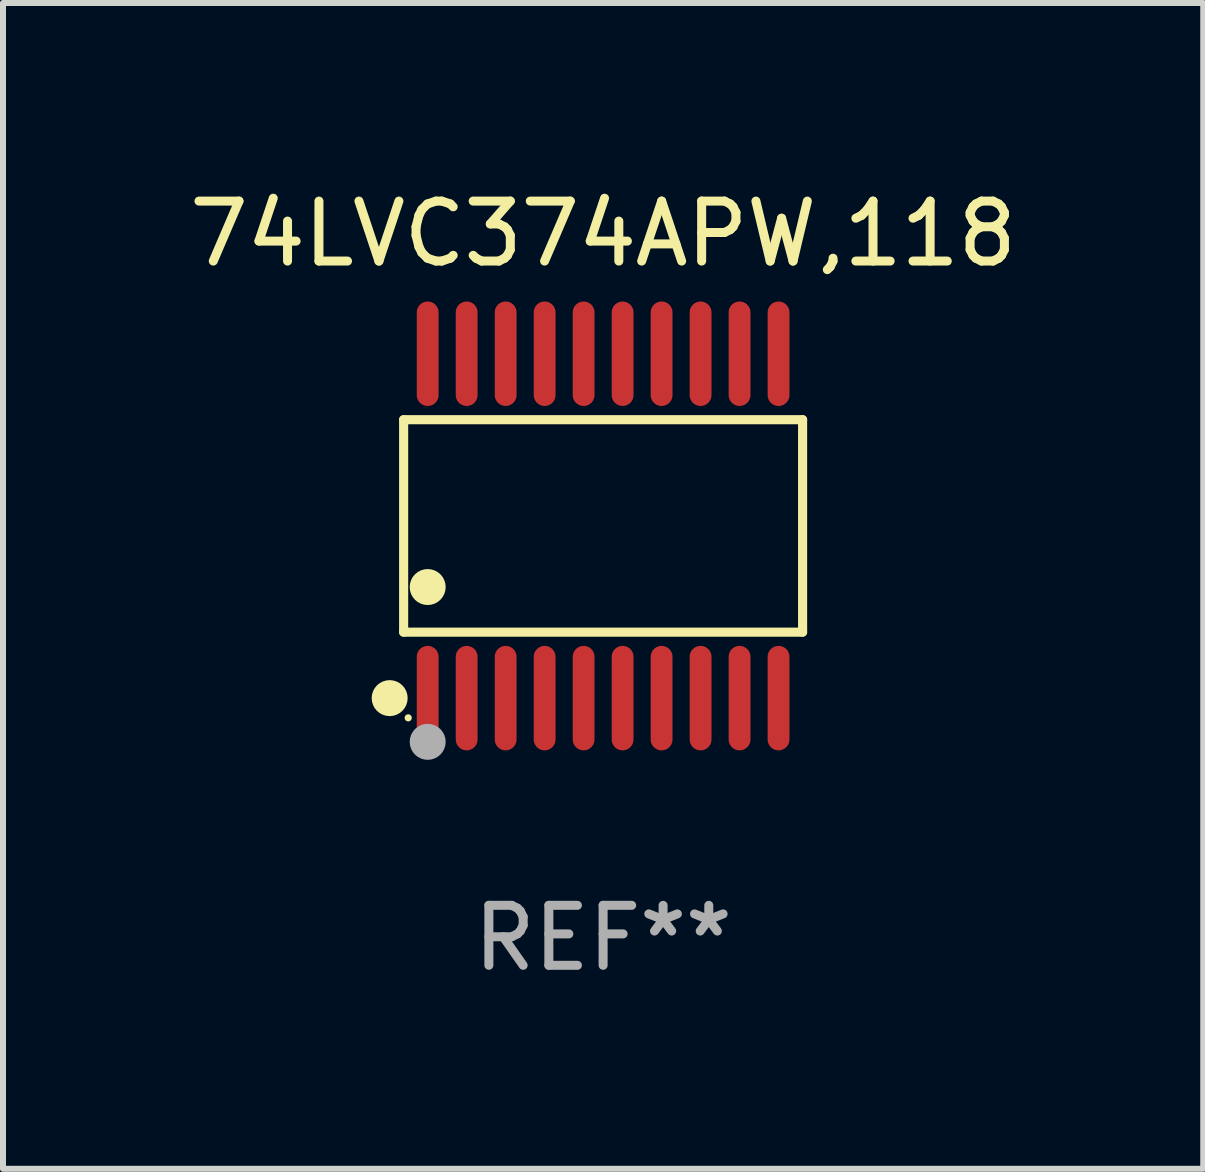
<source format=kicad_pcb>
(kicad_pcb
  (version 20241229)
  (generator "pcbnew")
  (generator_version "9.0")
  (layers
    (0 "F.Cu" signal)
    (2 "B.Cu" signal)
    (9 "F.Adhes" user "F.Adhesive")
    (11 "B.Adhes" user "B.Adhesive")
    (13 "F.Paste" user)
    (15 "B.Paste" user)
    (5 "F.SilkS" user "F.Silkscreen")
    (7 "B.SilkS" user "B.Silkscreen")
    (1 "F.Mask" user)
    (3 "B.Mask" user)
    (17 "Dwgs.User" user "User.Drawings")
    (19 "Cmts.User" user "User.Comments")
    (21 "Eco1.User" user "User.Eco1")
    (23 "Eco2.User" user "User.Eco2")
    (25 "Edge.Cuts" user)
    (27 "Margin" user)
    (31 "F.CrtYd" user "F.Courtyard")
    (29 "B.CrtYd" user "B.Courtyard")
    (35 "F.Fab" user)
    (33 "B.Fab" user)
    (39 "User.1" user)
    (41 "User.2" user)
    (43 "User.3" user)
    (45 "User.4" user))
  (footprint "74LVC374APW,118"
    (layer "F.Cu")
    (at 7.006 5.719)
    (property "Reference" "74LVC374APW,118" (at 0 -4.871 0) (layer "F.SilkS") (effects (font (size 1 1) (thickness 0.15))))
    (attr through_hole)
    (fp_line (start -3.326 -1.771) (end 3.326 -1.771) (stroke (width 0.152) (type solid)) (layer "F.SilkS"))
    (fp_line (start -3.326 1.771) (end -3.326 -1.771) (stroke (width 0.152) (type solid)) (layer "F.SilkS"))
    (fp_line (start 3.326 -1.771) (end 3.326 1.771) (stroke (width 0.152) (type solid)) (layer "F.SilkS"))
    (fp_line (start 3.326 1.771) (end -3.326 1.771) (stroke (width 0.152) (type solid)) (layer "F.SilkS"))
    (fp_circle (center -3.559 2.871) (end -3.409 2.871) (stroke (width 0.3) (type solid)) (fill no) (layer "F.SilkS"))
    (fp_circle (center -3.25 3.2) (end -3.22 3.2) (stroke (width 0.06) (type solid)) (fill no) (layer "F.SilkS"))
    (fp_circle (center -2.925 1.019) (end -2.775 1.019) (stroke (width 0.3) (type solid)) (fill no) (layer "F.SilkS"))
    (fp_circle (center -2.925 3.6) (end -2.775 3.6) (stroke (width 0.3) (type solid)) (fill no) (layer "F.Fab"))
    (fp_text user "REF**" (at 0 6.871 0) (layer "F.Fab") (effects (font (size 1 1) (thickness 0.15))))
    (pad "1" smd oval (at -2.925 2.871) (size 0.364 1.742) (layers "F.Cu" "F.Mask" "F.Paste"))
    (pad "2" smd oval (at -2.275 2.871) (size 0.364 1.742) (layers "F.Cu" "F.Mask" "F.Paste"))
    (pad "3" smd oval (at -1.625 2.871) (size 0.364 1.742) (layers "F.Cu" "F.Mask" "F.Paste"))
    (pad "4" smd oval (at -0.975 2.871) (size 0.364 1.742) (layers "F.Cu" "F.Mask" "F.Paste"))
    (pad "5" smd oval (at -0.325 2.871) (size 0.364 1.742) (layers "F.Cu" "F.Mask" "F.Paste"))
    (pad "6" smd oval (at 0.325 2.871) (size 0.364 1.742) (layers "F.Cu" "F.Mask" "F.Paste"))
    (pad "7" smd oval (at 0.975 2.871) (size 0.364 1.742) (layers "F.Cu" "F.Mask" "F.Paste"))
    (pad "8" smd oval (at 1.625 2.871) (size 0.364 1.742) (layers "F.Cu" "F.Mask" "F.Paste"))
    (pad "9" smd oval (at 2.275 2.871) (size 0.364 1.742) (layers "F.Cu" "F.Mask" "F.Paste"))
    (pad "10" smd oval (at 2.925 2.871) (size 0.364 1.742) (layers "F.Cu" "F.Mask" "F.Paste"))
    (pad "11" smd oval (at 2.925 -2.871) (size 0.364 1.742) (layers "F.Cu" "F.Mask" "F.Paste"))
    (pad "12" smd oval (at 2.275 -2.871) (size 0.364 1.742) (layers "F.Cu" "F.Mask" "F.Paste"))
    (pad "13" smd oval (at 1.625 -2.871) (size 0.364 1.742) (layers "F.Cu" "F.Mask" "F.Paste"))
    (pad "14" smd oval (at 0.975 -2.871) (size 0.364 1.742) (layers "F.Cu" "F.Mask" "F.Paste"))
    (pad "15" smd oval (at 0.325 -2.871) (size 0.364 1.742) (layers "F.Cu" "F.Mask" "F.Paste"))
    (pad "16" smd oval (at -0.325 -2.871) (size 0.364 1.742) (layers "F.Cu" "F.Mask" "F.Paste"))
    (pad "17" smd oval (at -0.975 -2.871) (size 0.364 1.742) (layers "F.Cu" "F.Mask" "F.Paste"))
    (pad "18" smd oval (at -1.625 -2.871) (size 0.364 1.742) (layers "F.Cu" "F.Mask" "F.Paste"))
    (pad "19" smd oval (at -2.275 -2.871) (size 0.364 1.742) (layers "F.Cu" "F.Mask" "F.Paste"))
    (pad "20" smd oval (at -2.925 -2.871) (size 0.364 1.742) (layers "F.Cu" "F.Mask" "F.Paste")))
  (gr_rect
    (start -3 -3)
    (end 17.012 16.438)
    (stroke (width 0.1) (type default))
    (fill no)
    (layer "Edge.Cuts")))
</source>
